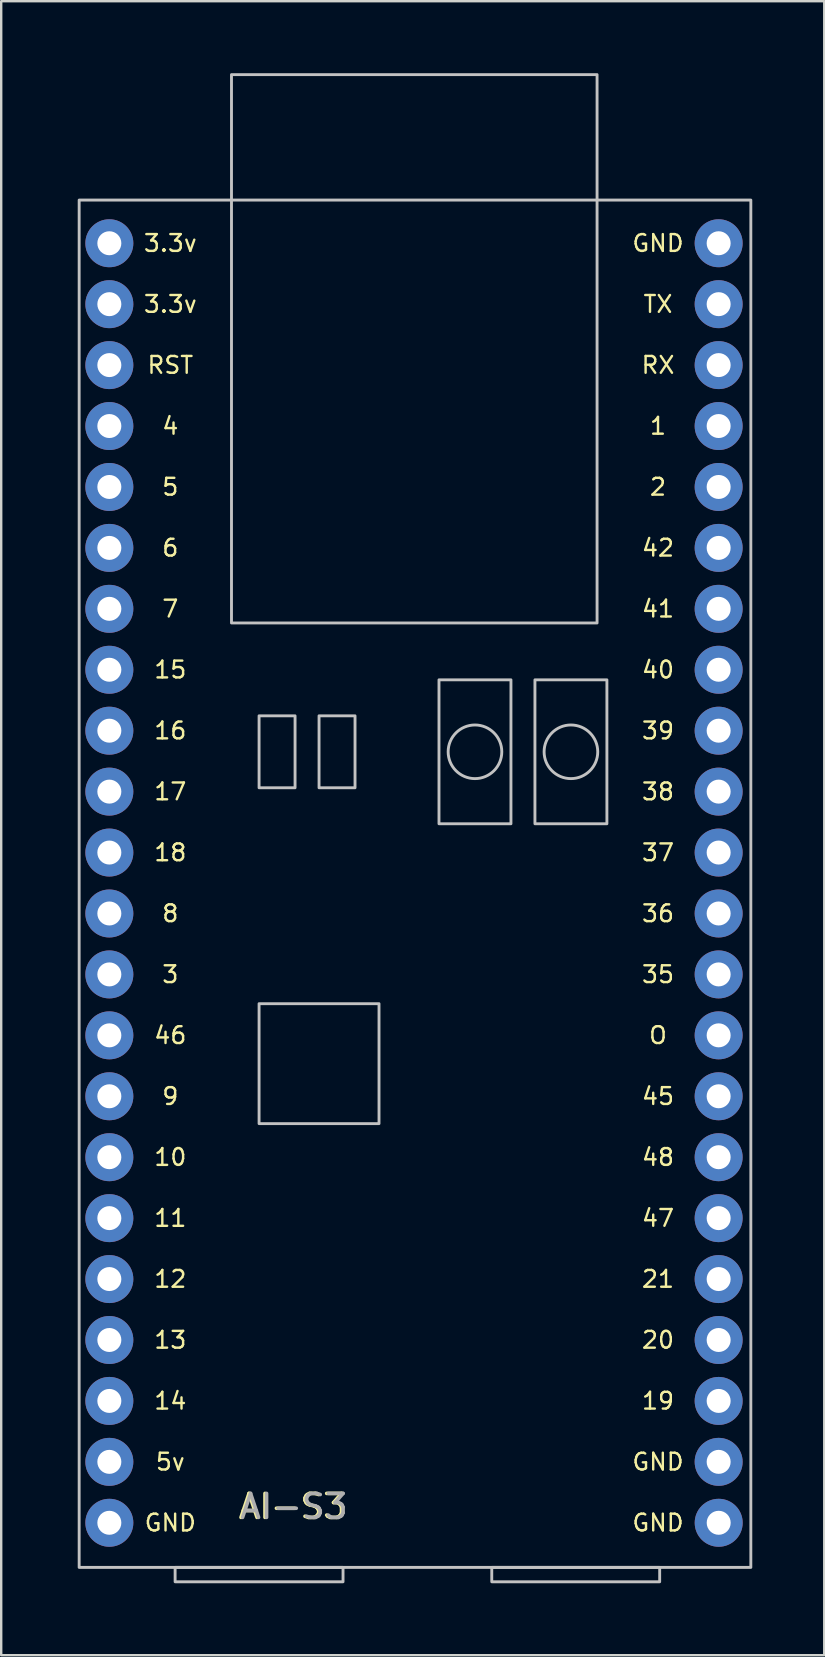
<source format=kicad_pcb>
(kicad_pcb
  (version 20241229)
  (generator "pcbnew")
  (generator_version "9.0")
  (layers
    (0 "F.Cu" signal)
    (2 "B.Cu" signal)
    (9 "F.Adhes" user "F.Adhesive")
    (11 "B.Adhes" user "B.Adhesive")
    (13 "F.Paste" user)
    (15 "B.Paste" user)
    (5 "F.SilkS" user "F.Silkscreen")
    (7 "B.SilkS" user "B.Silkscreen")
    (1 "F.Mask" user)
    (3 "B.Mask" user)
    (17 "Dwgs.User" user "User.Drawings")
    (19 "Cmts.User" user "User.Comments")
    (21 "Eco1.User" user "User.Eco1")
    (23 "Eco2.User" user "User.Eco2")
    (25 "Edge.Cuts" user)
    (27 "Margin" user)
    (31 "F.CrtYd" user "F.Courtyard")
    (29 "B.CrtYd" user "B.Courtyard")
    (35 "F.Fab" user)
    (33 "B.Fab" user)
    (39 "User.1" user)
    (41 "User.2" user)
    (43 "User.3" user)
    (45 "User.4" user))
  (footprint "AI-S3"
    (layer "F.Cu")
    (at 0.25 62.29)
    (property "Reference" "AI-S3" (at 8.89 -2.54 0) (unlocked yes) (layer "F.SilkS") (effects (font (size 1 1) (thickness 0.15))))
    (attr smd)
    (fp_rect (start 0 0) (end 28 -57) (stroke (width 0.12) (type solid)) (fill no) (layer "Dwgs.User"))
    (fp_rect (start 4 0.6) (end 11 0) (stroke (width 0.12) (type solid)) (fill no) (layer "Dwgs.User"))
    (fp_rect (start 6.35 -39.37) (end 21.59 -62.23) (stroke (width 0.12) (type solid)) (fill no) (layer "Dwgs.User"))
    (fp_rect (start 7.5 -35.5) (end 9 -32.5) (stroke (width 0.12) (type solid)) (fill no) (layer "Dwgs.User"))
    (fp_rect (start 7.5 -23.5) (end 12.5 -18.5) (stroke (width 0.12) (type solid)) (fill no) (layer "Dwgs.User"))
    (fp_rect (start 10 -35.5) (end 11.5 -32.5) (stroke (width 0.12) (type solid)) (fill no) (layer "Dwgs.User"))
    (fp_rect (start 17.2 0.6) (end 24.2 0) (stroke (width 0.12) (type solid)) (fill no) (layer "Dwgs.User"))
    (fp_rect (start 18 -37) (end 15 -31) (stroke (width 0.12) (type solid)) (fill no) (layer "Dwgs.User"))
    (fp_rect (start 22 -37) (end 19 -31) (stroke (width 0.12) (type solid)) (fill no) (layer "Dwgs.User"))
    (fp_circle (center 16.5 -34) (end 17.618 -34) (stroke (width 0.12) (type solid)) (fill no) (layer "Dwgs.User"))
    (fp_circle (center 20.5 -34) (end 21.618 -34) (stroke (width 0.12) (type solid)) (fill no) (layer "Dwgs.User"))
    (fp_text user "1" (at 24.13 -47.58 0) (unlocked yes) (layer "F.SilkS") (effects (font (size 0.7 0.7) (thickness 0.1))))
    (fp_text user "47" (at 24.13 -14.56 0) (unlocked yes) (layer "F.SilkS") (effects (font (size 0.7 0.7) (thickness 0.1))))
    (fp_text user "40" (at 24.13 -37.42 0) (unlocked yes) (layer "F.SilkS") (effects (font (size 0.7 0.7) (thickness 0.1))))
    (fp_text user "21" (at 24.13 -12.02 0) (unlocked yes) (layer "F.SilkS") (effects (font (size 0.7 0.7) (thickness 0.1))))
    (fp_text user "12" (at 3.8 -12.02 0) (unlocked yes) (layer "F.SilkS") (effects (font (size 0.7 0.7) (thickness 0.1))))
    (fp_text user "8" (at 3.8 -27.26 0) (unlocked yes) (layer "F.SilkS") (effects (font (size 0.7 0.7) (thickness 0.1))))
    (fp_text user "39" (at 24.13 -34.88 0) (unlocked yes) (layer "F.SilkS") (effects (font (size 0.7 0.7) (thickness 0.1))))
    (fp_text user "9" (at 3.8 -19.64 0) (unlocked yes) (layer "F.SilkS") (effects (font (size 0.7 0.7) (thickness 0.1))))
    (fp_text user "38" (at 24.13 -32.34 0) (unlocked yes) (layer "F.SilkS") (effects (font (size 0.7 0.7) (thickness 0.1))))
    (fp_text user "3" (at 3.8 -24.72 0) (unlocked yes) (layer "F.SilkS") (effects (font (size 0.7 0.7) (thickness 0.1))))
    (fp_text user "46" (at 3.8 -22.18 0) (unlocked yes) (layer "F.SilkS") (effects (font (size 0.7 0.7) (thickness 0.1))))
    (fp_text user "GND" (at 3.8 -1.86 0) (unlocked yes) (layer "F.SilkS") (effects (font (size 0.7 0.7) (thickness 0.1))))
    (fp_text user "GND" (at 24.13 -1.86 0) (unlocked yes) (layer "F.SilkS") (effects (font (size 0.7 0.7) (thickness 0.1))))
    (fp_text user "18" (at 3.8 -29.8 0) (unlocked yes) (layer "F.SilkS") (effects (font (size 0.7 0.7) (thickness 0.1))))
    (fp_text user "5v" (at 3.8 -4.4 0) (unlocked yes) (layer "F.SilkS") (effects (font (size 0.7 0.7) (thickness 0.1))))
    (fp_text user "13" (at 3.8 -9.48 0) (unlocked yes) (layer "F.SilkS") (effects (font (size 0.7 0.7) (thickness 0.1))))
    (fp_text user "15" (at 3.8 -37.42 0) (unlocked yes) (layer "F.SilkS") (effects (font (size 0.7 0.7) (thickness 0.1))))
    (fp_text user "14" (at 3.8 -6.94 0) (unlocked yes) (layer "F.SilkS") (effects (font (size 0.7 0.7) (thickness 0.1))))
    (fp_text user "16" (at 3.8 -34.88 0) (unlocked yes) (layer "F.SilkS") (effects (font (size 0.7 0.7) (thickness 0.1))))
    (fp_text user "5" (at 3.8 -45.04 0) (unlocked yes) (layer "F.SilkS") (effects (font (size 0.7 0.7) (thickness 0.1))))
    (fp_text user "45" (at 24.13 -19.64 0) (unlocked yes) (layer "F.SilkS") (effects (font (size 0.7 0.7) (thickness 0.1))))
    (fp_text user "7" (at 3.8 -39.96 0) (unlocked yes) (layer "F.SilkS") (effects (font (size 0.7 0.7) (thickness 0.1))))
    (fp_text user "6" (at 3.8 -42.5 0) (unlocked yes) (layer "F.SilkS") (effects (font (size 0.7 0.7) (thickness 0.1))))
    (fp_text user "4" (at 3.8 -47.58 0) (unlocked yes) (layer "F.SilkS") (effects (font (size 0.7 0.7) (thickness 0.1))))
    (fp_text user "36" (at 24.13 -27.26 0) (unlocked yes) (layer "F.SilkS") (effects (font (size 0.7 0.7) (thickness 0.1))))
    (fp_text user "GND" (at 24.13 -4.4 0) (unlocked yes) (layer "F.SilkS") (effects (font (size 0.7 0.7) (thickness 0.1))))
    (fp_text user "10" (at 3.8 -17.1 0) (unlocked yes) (layer "F.SilkS") (effects (font (size 0.7 0.7) (thickness 0.1))))
    (fp_text user "20" (at 24.13 -9.48 0) (unlocked yes) (layer "F.SilkS") (effects (font (size 0.7 0.7) (thickness 0.1))))
    (fp_text user "11" (at 3.8 -14.56 0) (unlocked yes) (layer "F.SilkS") (effects (font (size 0.7 0.7) (thickness 0.1))))
    (fp_text user "37" (at 24.13 -29.8 0) (unlocked yes) (layer "F.SilkS") (effects (font (size 0.7 0.7) (thickness 0.1))))
    (fp_text user "19" (at 24.13 -6.94 0) (unlocked yes) (layer "F.SilkS") (effects (font (size 0.7 0.7) (thickness 0.1))))
    (fp_text user "RX" (at 24.13 -50.12 0) (unlocked yes) (layer "F.SilkS") (effects (font (size 0.7 0.7) (thickness 0.1))))
    (fp_text user "2" (at 24.13 -45.04 0) (unlocked yes) (layer "F.SilkS") (effects (font (size 0.7 0.7) (thickness 0.1))))
    (fp_text user "35" (at 24.13 -24.72 0) (unlocked yes) (layer "F.SilkS") (effects (font (size 0.7 0.7) (thickness 0.1))))
    (fp_text user "O" (at 24.13 -22.18 0) (unlocked yes) (layer "F.SilkS") (effects (font (size 0.7 0.7) (thickness 0.1))))
    (fp_text user "3.3v" (at 3.8 -55.2 0) (unlocked yes) (layer "F.SilkS") (effects (font (size 0.7 0.7) (thickness 0.1))))
    (fp_text user "48" (at 24.13 -17.1 0) (unlocked yes) (layer "F.SilkS") (effects (font (size 0.7 0.7) (thickness 0.1))))
    (fp_text user "17" (at 3.8 -32.34 0) (unlocked yes) (layer "F.SilkS") (effects (font (size 0.7 0.7) (thickness 0.1))))
    (fp_text user "41" (at 24.13 -39.96 0) (unlocked yes) (layer "F.SilkS") (effects (font (size 0.7 0.7) (thickness 0.1))))
    (fp_text user "42" (at 24.13 -42.5 0) (unlocked yes) (layer "F.SilkS") (effects (font (size 0.7 0.7) (thickness 0.1))))
    (fp_text user "RST" (at 3.8 -50.12 0) (unlocked yes) (layer "F.SilkS") (effects (font (size 0.7 0.7) (thickness 0.1))))
    (fp_text user "TX" (at 24.13 -52.66 0) (unlocked yes) (layer "F.SilkS") (effects (font (size 0.7 0.7) (thickness 0.1))))
    (fp_text user "GND" (at 24.13 -55.2 0) (unlocked yes) (layer "F.SilkS") (effects (font (size 0.7 0.7) (thickness 0.1))))
    (fp_text user "3.3v" (at 3.8 -52.66 0) (unlocked yes) (layer "F.SilkS") (effects (font (size 0.7 0.7) (thickness 0.1))))
    (fp_text user "${REFERENCE}" (at 8.955 -2.54 0) (unlocked yes) (layer "F.Fab") (effects (font (size 1 1) (thickness 0.15))))
    (pad "1" thru_hole circle (at 1.258 -55.2) (size 2 2) (drill 1) (layers "*.Cu" "*.Mask"))
    (pad "2" thru_hole circle (at 1.258 -52.66) (size 2 2) (drill 1) (layers "*.Cu" "*.Mask"))
    (pad "3" thru_hole circle (at 1.258 -50.12) (size 2 2) (drill 1) (layers "*.Cu" "*.Mask"))
    (pad "4" thru_hole circle (at 1.258 -47.58) (size 2 2) (drill 1) (layers "*.Cu" "*.Mask"))
    (pad "5" thru_hole circle (at 1.258 -45.04) (size 2 2) (drill 1) (layers "*.Cu" "*.Mask"))
    (pad "6" thru_hole circle (at 1.258 -42.5) (size 2 2) (drill 1) (layers "*.Cu" "*.Mask"))
    (pad "7" thru_hole circle (at 1.258 -39.96) (size 2 2) (drill 1) (layers "*.Cu" "*.Mask"))
    (pad "8" thru_hole circle (at 1.258 -37.42) (size 2 2) (drill 1) (layers "*.Cu" "*.Mask"))
    (pad "9" thru_hole circle (at 1.258 -34.88) (size 2 2) (drill 1) (layers "*.Cu" "*.Mask"))
    (pad "10" thru_hole circle (at 1.258 -32.34) (size 2 2) (drill 1) (layers "*.Cu" "*.Mask"))
    (pad "11" thru_hole circle (at 1.258 -29.8) (size 2 2) (drill 1) (layers "*.Cu" "*.Mask"))
    (pad "12" thru_hole circle (at 1.258 -27.26) (size 2 2) (drill 1) (layers "*.Cu" "*.Mask"))
    (pad "13" thru_hole circle (at 1.258 -24.72) (size 2 2) (drill 1) (layers "*.Cu" "*.Mask"))
    (pad "14" thru_hole circle (at 1.258 -22.18) (size 2 2) (drill 1) (layers "*.Cu" "*.Mask"))
    (pad "15" thru_hole circle (at 1.258 -19.64) (size 2 2) (drill 1) (layers "*.Cu" "*.Mask"))
    (pad "16" thru_hole circle (at 1.258 -17.1) (size 2 2) (drill 1) (layers "*.Cu" "*.Mask"))
    (pad "17" thru_hole circle (at 1.258 -14.56) (size 2 2) (drill 1) (layers "*.Cu" "*.Mask"))
    (pad "18" thru_hole circle (at 1.258 -12.02) (size 2 2) (drill 1) (layers "*.Cu" "*.Mask"))
    (pad "19" thru_hole circle (at 1.258 -9.48) (size 2 2) (drill 1) (layers "*.Cu" "*.Mask"))
    (pad "20" thru_hole circle (at 1.258 -6.94) (size 2 2) (drill 1) (layers "*.Cu" "*.Mask"))
    (pad "21" thru_hole circle (at 1.258 -4.4) (size 2 2) (drill 1) (layers "*.Cu" "*.Mask"))
    (pad "22" thru_hole circle (at 1.258 -1.86) (size 2 2) (drill 1) (layers "*.Cu" "*.Mask"))
    (pad "23" thru_hole circle (at 26.66 -1.86) (size 2 2) (drill 1) (layers "*.Cu" "*.Mask"))
    (pad "24" thru_hole circle (at 26.658 -4.4) (size 2 2) (drill 1) (layers "*.Cu" "*.Mask"))
    (pad "25" thru_hole circle (at 26.658 -6.94) (size 2 2) (drill 1) (layers "*.Cu" "*.Mask"))
    (pad "26" thru_hole circle (at 26.658 -9.48) (size 2 2) (drill 1) (layers "*.Cu" "*.Mask"))
    (pad "27" thru_hole circle (at 26.658 -12.02) (size 2 2) (drill 1) (layers "*.Cu" "*.Mask"))
    (pad "28" thru_hole circle (at 26.658 -14.56) (size 2 2) (drill 1) (layers "*.Cu" "*.Mask"))
    (pad "29" thru_hole circle (at 26.658 -17.1) (size 2 2) (drill 1) (layers "*.Cu" "*.Mask"))
    (pad "30" thru_hole circle (at 26.658 -19.64) (size 2 2) (drill 1) (layers "*.Cu" "*.Mask"))
    (pad "31" thru_hole circle (at 26.658 -22.18) (size 2 2) (drill 1) (layers "*.Cu" "*.Mask"))
    (pad "32" thru_hole circle (at 26.658 -24.72) (size 2 2) (drill 1) (layers "*.Cu" "*.Mask"))
    (pad "33" thru_hole circle (at 26.658 -27.26) (size 2 2) (drill 1) (layers "*.Cu" "*.Mask"))
    (pad "34" thru_hole circle (at 26.658 -29.8) (size 2 2) (drill 1) (layers "*.Cu" "*.Mask"))
    (pad "35" thru_hole circle (at 26.658 -32.34) (size 2 2) (drill 1) (layers "*.Cu" "*.Mask"))
    (pad "36" thru_hole circle (at 26.658 -34.88) (size 2 2) (drill 1) (layers "*.Cu" "*.Mask"))
    (pad "37" thru_hole circle (at 26.658 -37.42) (size 2 2) (drill 1) (layers "*.Cu" "*.Mask"))
    (pad "38" thru_hole circle (at 26.658 -39.96) (size 2 2) (drill 1) (layers "*.Cu" "*.Mask"))
    (pad "39" thru_hole circle (at 26.658 -42.5) (size 2 2) (drill 1) (layers "*.Cu" "*.Mask"))
    (pad "40" thru_hole circle (at 26.658 -45.04) (size 2 2) (drill 1) (layers "*.Cu" "*.Mask"))
    (pad "41" thru_hole circle (at 26.658 -47.58) (size 2 2) (drill 1) (layers "*.Cu" "*.Mask"))
    (pad "42" thru_hole circle (at 26.658 -50.12) (size 2 2) (drill 1) (layers "*.Cu" "*.Mask"))
    (pad "43" thru_hole circle (at 26.658 -52.66) (size 2 2) (drill 1) (layers "*.Cu" "*.Mask"))
    (pad "44" thru_hole circle (at 26.658 -55.2) (size 2 2) (drill 1) (layers "*.Cu" "*.Mask")))
  (gr_rect
    (start -3 -3)
    (end 31.31 65.95)
    (stroke (width 0.1) (type default))
    (fill no)
    (layer "Edge.Cuts")))
</source>
